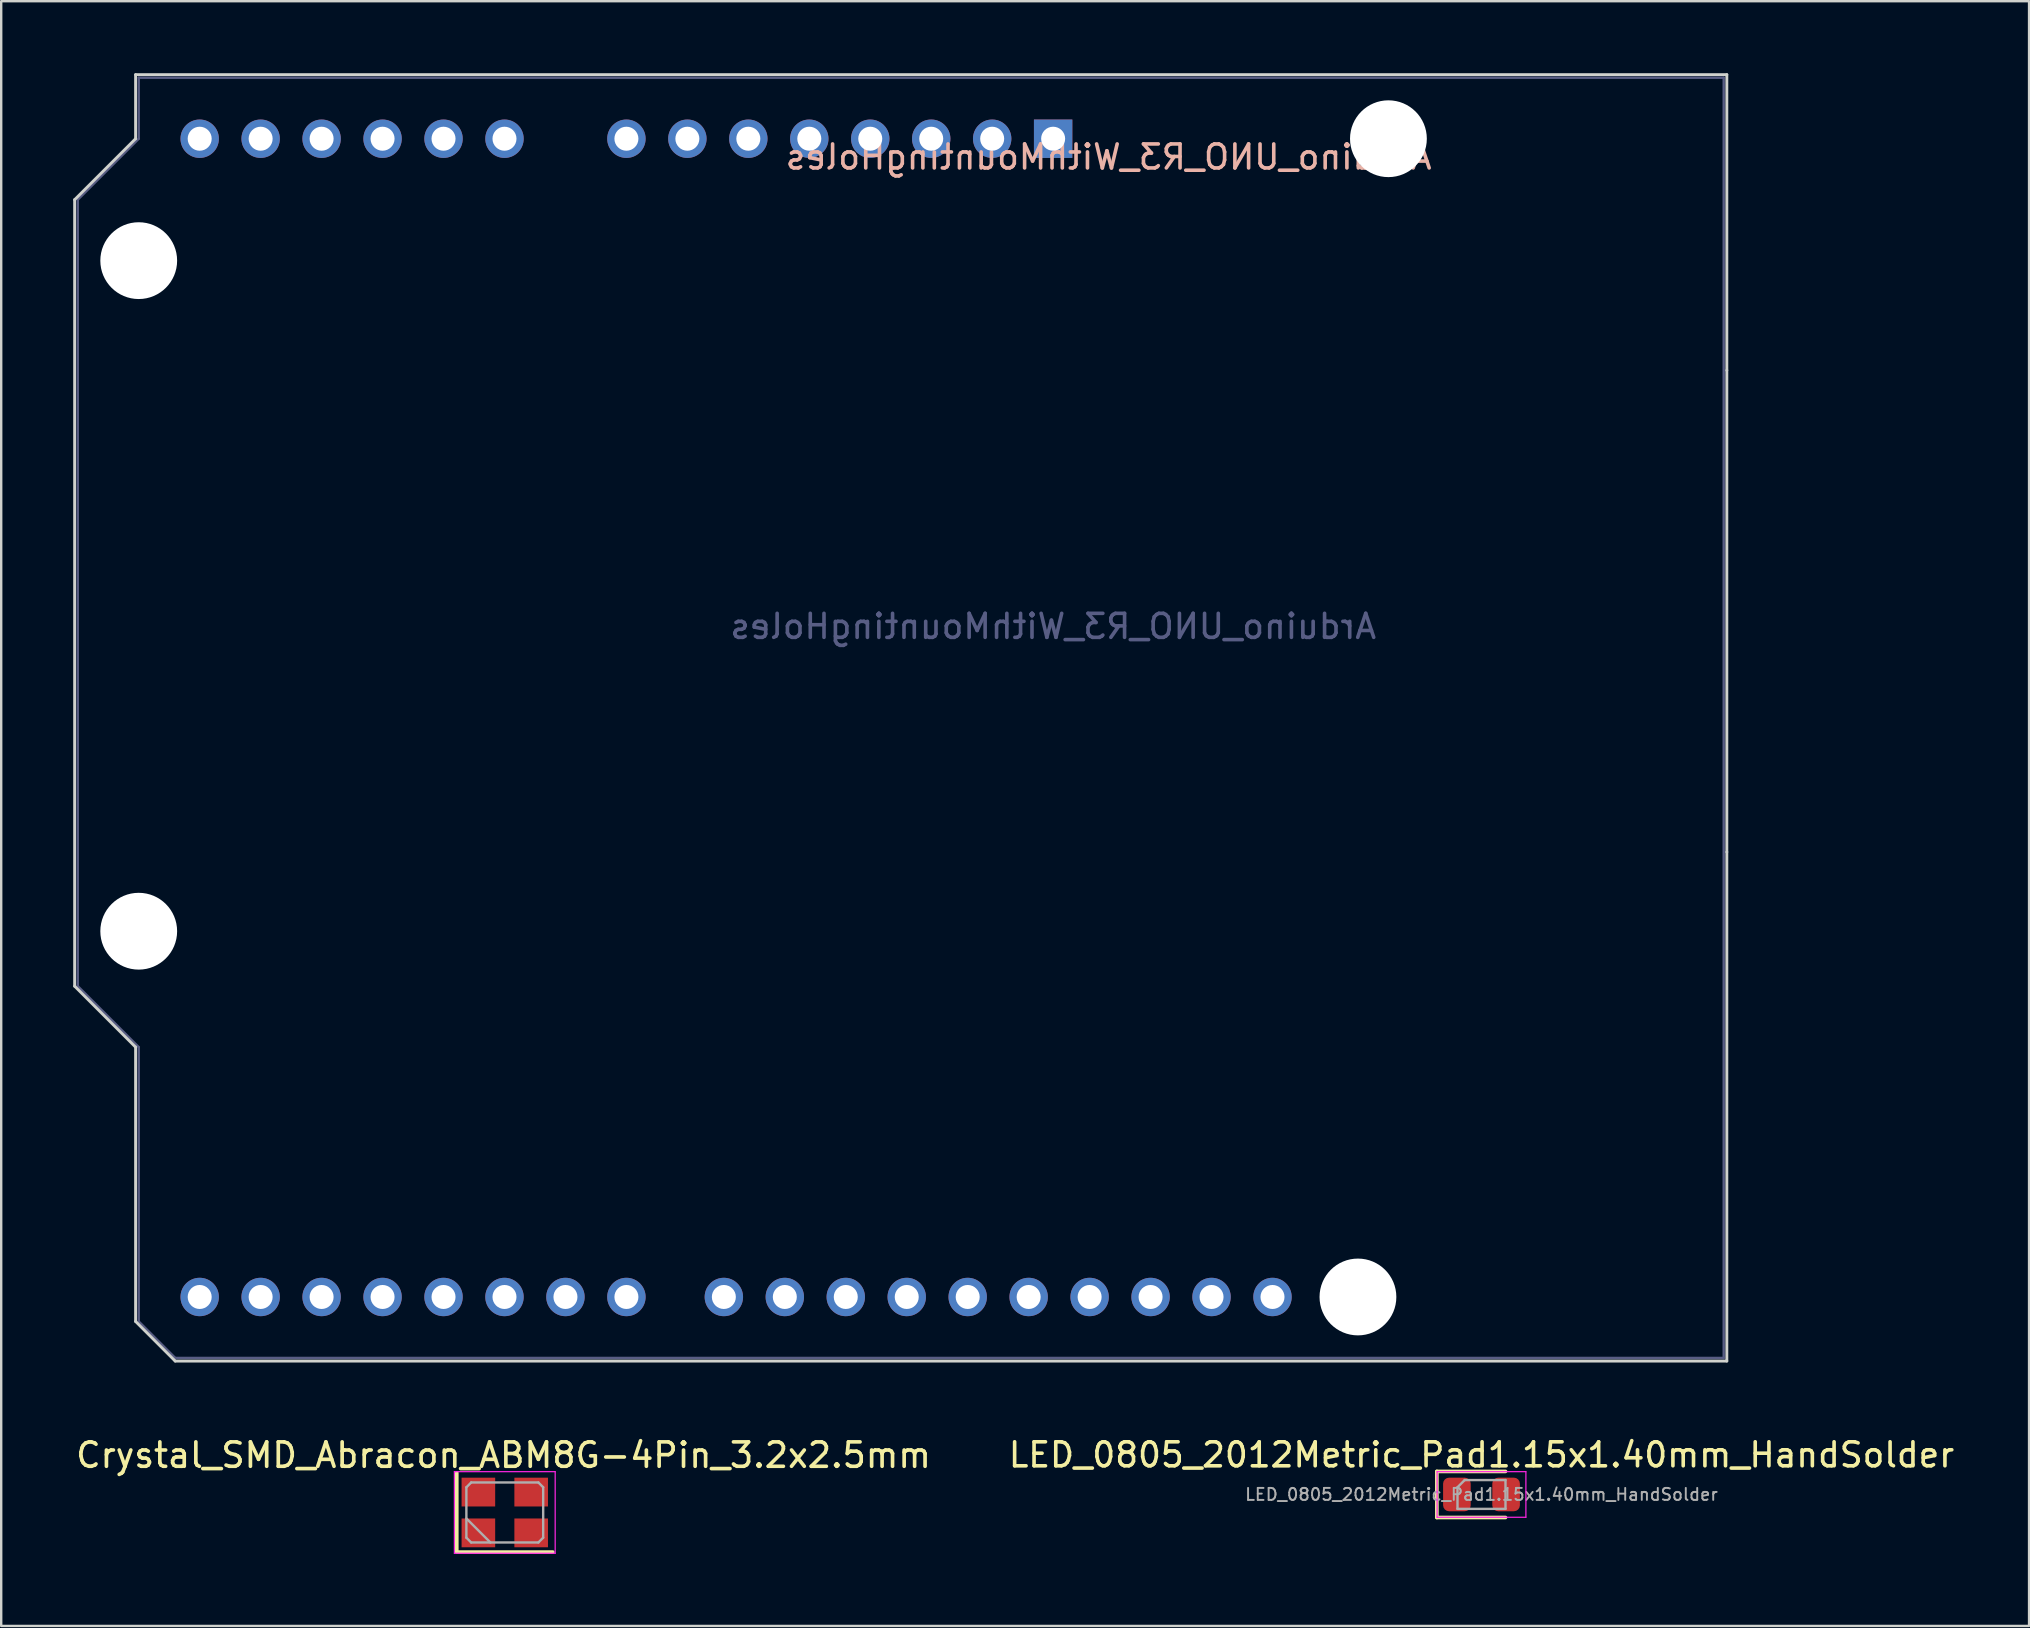
<source format=kicad_pcb>
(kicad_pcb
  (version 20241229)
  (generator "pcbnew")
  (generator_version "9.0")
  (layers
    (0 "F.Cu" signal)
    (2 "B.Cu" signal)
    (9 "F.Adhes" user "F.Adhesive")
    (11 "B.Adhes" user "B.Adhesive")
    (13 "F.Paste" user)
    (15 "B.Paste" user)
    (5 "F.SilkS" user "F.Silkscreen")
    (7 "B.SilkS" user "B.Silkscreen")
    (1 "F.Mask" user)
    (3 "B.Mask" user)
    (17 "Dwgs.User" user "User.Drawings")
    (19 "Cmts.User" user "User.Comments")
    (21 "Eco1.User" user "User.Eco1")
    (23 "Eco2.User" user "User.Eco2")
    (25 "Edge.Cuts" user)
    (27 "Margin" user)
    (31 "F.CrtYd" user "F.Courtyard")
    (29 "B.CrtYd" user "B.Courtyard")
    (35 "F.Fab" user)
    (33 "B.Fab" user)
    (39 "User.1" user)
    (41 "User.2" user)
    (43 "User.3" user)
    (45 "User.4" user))
  (footprint "Crystal_SMD_Abracon_ABM8G-4Pin_3.2x2.5mm"
    (layer "F.Cu")
    (at 17.982 59.969)
    (property "Reference" "Crystal_SMD_Abracon_ABM8G-4Pin_3.2x2.5mm" (at -0.051 -2.388 0) (layer "F.SilkS") (effects (font (size 1.016 1.016) (thickness 0.152))))
    (attr smd)
    (fp_line (start -2 -1.651) (end -2 1.65) (stroke (width 0.152) (type solid)) (layer "F.SilkS"))
    (fp_line (start -2 1.65) (end 2 1.65) (stroke (width 0.152) (type solid)) (layer "F.SilkS"))
    (fp_line (start -2.1 -1.7) (end -2.1 1.7) (stroke (width 0.05) (type solid)) (layer "F.CrtYd"))
    (fp_line (start -2.1 1.7) (end 2.1 1.7) (stroke (width 0.05) (type solid)) (layer "F.CrtYd"))
    (fp_line (start 2.1 -1.7) (end -2.1 -1.7) (stroke (width 0.05) (type solid)) (layer "F.CrtYd"))
    (fp_line (start 2.1 1.7) (end 2.1 -1.7) (stroke (width 0.05) (type solid)) (layer "F.CrtYd"))
    (fp_line (start -1.6 -1.05) (end -1.4 -1.25) (stroke (width 0.1) (type solid)) (layer "F.Fab"))
    (fp_line (start -1.6 0.25) (end -0.6 1.25) (stroke (width 0.1) (type solid)) (layer "F.Fab"))
    (fp_line (start -1.6 1.05) (end -1.6 -1.05) (stroke (width 0.1) (type solid)) (layer "F.Fab"))
    (fp_line (start -1.4 -1.25) (end 1.4 -1.25) (stroke (width 0.1) (type solid)) (layer "F.Fab"))
    (fp_line (start -1.4 1.25) (end -1.6 1.05) (stroke (width 0.1) (type solid)) (layer "F.Fab"))
    (fp_line (start 1.4 -1.25) (end 1.6 -1.05) (stroke (width 0.1) (type solid)) (layer "F.Fab"))
    (fp_line (start 1.4 1.25) (end -1.4 1.25) (stroke (width 0.1) (type solid)) (layer "F.Fab"))
    (fp_line (start 1.6 -1.05) (end 1.6 1.05) (stroke (width 0.1) (type solid)) (layer "F.Fab"))
    (fp_line (start 1.6 1.05) (end 1.4 1.25) (stroke (width 0.1) (type solid)) (layer "F.Fab"))
    (pad "1" smd rect (at -1.1 0.85) (size 1.4 1.2) (layers "F.Cu" "F.Mask" "F.Paste"))
    (pad "2" smd rect (at 1.1 0.85) (size 1.4 1.2) (layers "F.Cu" "F.Mask" "F.Paste"))
    (pad "3" smd rect (at 1.1 -0.85) (size 1.4 1.2) (layers "F.Cu" "F.Mask" "F.Paste"))
    (pad "4" smd rect (at -1.1 -0.85) (size 1.4 1.2) (layers "F.Cu" "F.Mask" "F.Paste")))
  (footprint "Arduino_UNO_R3_WithMountingHoles"
    (layer "F.Cu")
    (at 40.83 2.73)
    (property "Reference" "Arduino_UNO_R3_WithMountingHoles" (at 2.311 0.762 0) (layer "B.SilkS") (effects (font (size 1 1) (thickness 0.15)) (justify mirror)))
    (attr through_hole)
    (fp_line (start -40.77 2.54) (end -38.23 0) (stroke (width 0.12) (type solid)) (layer "Edge.Cuts"))
    (fp_line (start -40.77 35.31) (end -40.77 2.54) (stroke (width 0.12) (type solid)) (layer "Edge.Cuts"))
    (fp_line (start -38.23 -2.67) (end 28.07 -2.67) (stroke (width 0.12) (type solid)) (layer "Edge.Cuts"))
    (fp_line (start -38.23 0) (end -38.23 -2.67) (stroke (width 0.12) (type solid)) (layer "Edge.Cuts"))
    (fp_line (start -38.23 37.85) (end -40.77 35.31) (stroke (width 0.12) (type solid)) (layer "Edge.Cuts"))
    (fp_line (start -38.23 49.28) (end -38.23 37.85) (stroke (width 0.12) (type solid)) (layer "Edge.Cuts"))
    (fp_line (start -36.58 50.93) (end -38.23 49.28) (stroke (width 0.12) (type solid)) (layer "Edge.Cuts"))
    (fp_line (start 28.07 -2.67) (end 28.07 9.65) (stroke (width 0.12) (type solid)) (layer "Edge.Cuts"))
    (fp_line (start 28.07 9.65) (end 28.07 29.72) (stroke (width 0.12) (type solid)) (layer "Edge.Cuts"))
    (fp_line (start 28.07 29.72) (end 28.07 50.93) (stroke (width 0.12) (type solid)) (layer "Edge.Cuts"))
    (fp_line (start 28.07 50.93) (end -36.58 50.93) (stroke (width 0.12) (type solid)) (layer "Edge.Cuts"))
    (fp_line (start -40.64 2.54) (end -40.64 35.31) (stroke (width 0.1) (type solid)) (layer "B.Fab"))
    (fp_line (start -40.64 35.31) (end -38.1 37.85) (stroke (width 0.1) (type solid)) (layer "B.Fab"))
    (fp_line (start -38.1 -2.54) (end -38.1 0) (stroke (width 0.1) (type solid)) (layer "B.Fab"))
    (fp_line (start -38.1 0) (end -40.64 2.54) (stroke (width 0.1) (type solid)) (layer "B.Fab"))
    (fp_line (start -38.1 37.85) (end -38.1 49.28) (stroke (width 0.1) (type solid)) (layer "B.Fab"))
    (fp_line (start -38.1 49.28) (end -36.58 50.8) (stroke (width 0.1) (type solid)) (layer "B.Fab"))
    (fp_line (start -36.58 50.8) (end 27.94 50.8) (stroke (width 0.1) (type solid)) (layer "B.Fab"))
    (fp_line (start 27.94 -2.54) (end -38.1 -2.54) (stroke (width 0.1) (type solid)) (layer "B.Fab"))
    (fp_line (start 27.94 50.8) (end 27.94 -2.54) (stroke (width 0.1) (type solid)) (layer "B.Fab"))
    (fp_text user "${REFERENCE}" (at 0 20.32 0) (layer "B.Fab") (effects (font (size 1 1) (thickness 0.15)) (justify mirror)))
    (pad "" np_thru_hole circle (at -38.1 5.08 270) (size 3.2 3.2) (drill 3.2) (layers "*.Cu" "*.Mask"))
    (pad "" np_thru_hole circle (at -38.1 33.02 270) (size 3.2 3.2) (drill 3.2) (layers "*.Cu" "*.Mask"))
    (pad "" np_thru_hole circle (at 12.7 48.26 270) (size 3.2 3.2) (drill 3.2) (layers "*.Cu" "*.Mask"))
    (pad "" np_thru_hole circle (at 13.97 0 270) (size 3.2 3.2) (drill 3.2) (layers "*.Cu" "*.Mask"))
    (pad "1" thru_hole rect (at 0 0 270) (size 1.6 1.6) (drill 1) (layers "*.Cu" "*.Mask"))
    (pad "2" thru_hole oval (at -2.54 0 270) (size 1.6 1.6) (drill 1) (layers "*.Cu" "*.Mask"))
    (pad "3" thru_hole oval (at -5.08 0 270) (size 1.6 1.6) (drill 1) (layers "*.Cu" "*.Mask"))
    (pad "4" thru_hole oval (at -7.62 0 270) (size 1.6 1.6) (drill 1) (layers "*.Cu" "*.Mask"))
    (pad "5" thru_hole oval (at -10.16 0 270) (size 1.6 1.6) (drill 1) (layers "*.Cu" "*.Mask"))
    (pad "6" thru_hole oval (at -12.7 0 270) (size 1.6 1.6) (drill 1) (layers "*.Cu" "*.Mask"))
    (pad "7" thru_hole oval (at -15.24 0 270) (size 1.6 1.6) (drill 1) (layers "*.Cu" "*.Mask"))
    (pad "8" thru_hole oval (at -17.78 0 270) (size 1.6 1.6) (drill 1) (layers "*.Cu" "*.Mask"))
    (pad "9" thru_hole oval (at -22.86 0 270) (size 1.6 1.6) (drill 1) (layers "*.Cu" "*.Mask"))
    (pad "10" thru_hole oval (at -25.4 0 270) (size 1.6 1.6) (drill 1) (layers "*.Cu" "*.Mask"))
    (pad "11" thru_hole oval (at -27.94 0 270) (size 1.6 1.6) (drill 1) (layers "*.Cu" "*.Mask"))
    (pad "12" thru_hole oval (at -30.48 0 270) (size 1.6 1.6) (drill 1) (layers "*.Cu" "*.Mask"))
    (pad "13" thru_hole oval (at -33.02 0 270) (size 1.6 1.6) (drill 1) (layers "*.Cu" "*.Mask"))
    (pad "14" thru_hole oval (at -35.56 0 270) (size 1.6 1.6) (drill 1) (layers "*.Cu" "*.Mask"))
    (pad "15" thru_hole oval (at -35.56 48.26 270) (size 1.6 1.6) (drill 1) (layers "*.Cu" "*.Mask"))
    (pad "16" thru_hole oval (at -33.02 48.26 270) (size 1.6 1.6) (drill 1) (layers "*.Cu" "*.Mask"))
    (pad "17" thru_hole oval (at -30.48 48.26 270) (size 1.6 1.6) (drill 1) (layers "*.Cu" "*.Mask"))
    (pad "18" thru_hole oval (at -27.94 48.26 270) (size 1.6 1.6) (drill 1) (layers "*.Cu" "*.Mask"))
    (pad "19" thru_hole oval (at -25.4 48.26 270) (size 1.6 1.6) (drill 1) (layers "*.Cu" "*.Mask"))
    (pad "20" thru_hole oval (at -22.86 48.26 270) (size 1.6 1.6) (drill 1) (layers "*.Cu" "*.Mask"))
    (pad "21" thru_hole oval (at -20.32 48.26 270) (size 1.6 1.6) (drill 1) (layers "*.Cu" "*.Mask"))
    (pad "22" thru_hole oval (at -17.78 48.26 270) (size 1.6 1.6) (drill 1) (layers "*.Cu" "*.Mask"))
    (pad "23" thru_hole oval (at -13.72 48.26 270) (size 1.6 1.6) (drill 1) (layers "*.Cu" "*.Mask"))
    (pad "24" thru_hole oval (at -11.18 48.26 270) (size 1.6 1.6) (drill 1) (layers "*.Cu" "*.Mask"))
    (pad "25" thru_hole oval (at -8.64 48.26 270) (size 1.6 1.6) (drill 1) (layers "*.Cu" "*.Mask"))
    (pad "26" thru_hole oval (at -6.1 48.26 270) (size 1.6 1.6) (drill 1) (layers "*.Cu" "*.Mask"))
    (pad "27" thru_hole oval (at -3.56 48.26 270) (size 1.6 1.6) (drill 1) (layers "*.Cu" "*.Mask"))
    (pad "28" thru_hole oval (at -1.02 48.26 270) (size 1.6 1.6) (drill 1) (layers "*.Cu" "*.Mask"))
    (pad "29" thru_hole oval (at 1.52 48.26 270) (size 1.6 1.6) (drill 1) (layers "*.Cu" "*.Mask"))
    (pad "30" thru_hole oval (at 4.06 48.26 270) (size 1.6 1.6) (drill 1) (layers "*.Cu" "*.Mask"))
    (pad "31" thru_hole oval (at 6.6 48.26 270) (size 1.6 1.6) (drill 1) (layers "*.Cu" "*.Mask"))
    (pad "32" thru_hole oval (at 9.14 48.26 270) (size 1.6 1.6) (drill 1) (layers "*.Cu" "*.Mask")))
  (footprint "LED_0805_2012Metric_Pad1.15x1.40mm_HandSolder"
    (layer "F.Cu")
    (at 58.678 59.218)
    (property "Reference" "LED_0805_2012Metric_Pad1.15x1.40mm_HandSolder" (at 0 -1.65 0) (layer "F.SilkS") (effects (font (size 1 1) (thickness 0.15))))
    (attr smd)
    (fp_line (start -1.86 -0.96) (end -1.86 0.96) (stroke (width 0.152) (type solid)) (layer "F.SilkS"))
    (fp_line (start -1.86 0.96) (end 1 0.96) (stroke (width 0.152) (type solid)) (layer "F.SilkS"))
    (fp_line (start 1 -0.96) (end -1.86 -0.96) (stroke (width 0.152) (type solid)) (layer "F.SilkS"))
    (fp_line (start -1.85 -0.95) (end 1.85 -0.95) (stroke (width 0.05) (type solid)) (layer "F.CrtYd"))
    (fp_line (start -1.85 0.95) (end -1.85 -0.95) (stroke (width 0.05) (type solid)) (layer "F.CrtYd"))
    (fp_line (start 1.85 -0.95) (end 1.85 0.95) (stroke (width 0.05) (type solid)) (layer "F.CrtYd"))
    (fp_line (start 1.85 0.95) (end -1.85 0.95) (stroke (width 0.05) (type solid)) (layer "F.CrtYd"))
    (fp_line (start -1 -0.3) (end -1 0.6) (stroke (width 0.1) (type solid)) (layer "F.Fab"))
    (fp_line (start -1 0.6) (end 1 0.6) (stroke (width 0.1) (type solid)) (layer "F.Fab"))
    (fp_line (start -0.7 -0.6) (end -1 -0.3) (stroke (width 0.1) (type solid)) (layer "F.Fab"))
    (fp_line (start 1 -0.6) (end -0.7 -0.6) (stroke (width 0.1) (type solid)) (layer "F.Fab"))
    (fp_line (start 1 0.6) (end 1 -0.6) (stroke (width 0.1) (type solid)) (layer "F.Fab"))
    (fp_text user "${REFERENCE}" (at 0 0 0) (layer "F.Fab") (effects (font (size 0.5 0.5) (thickness 0.08))))
    (pad "1" smd roundrect (at -1.025 0) (size 1.15 1.4) (layers "F.Cu" "F.Mask" "F.Paste") (roundrect_rratio 0.217))
    (pad "2" smd roundrect (at 1.025 0) (size 1.15 1.4) (layers "F.Cu" "F.Mask" "F.Paste") (roundrect_rratio 0.217)))
  (gr_rect
    (start -3 -3)
    (end 81.493 64.696)
    (stroke (width 0.1) (type default))
    (fill no)
    (layer "Edge.Cuts")))
</source>
